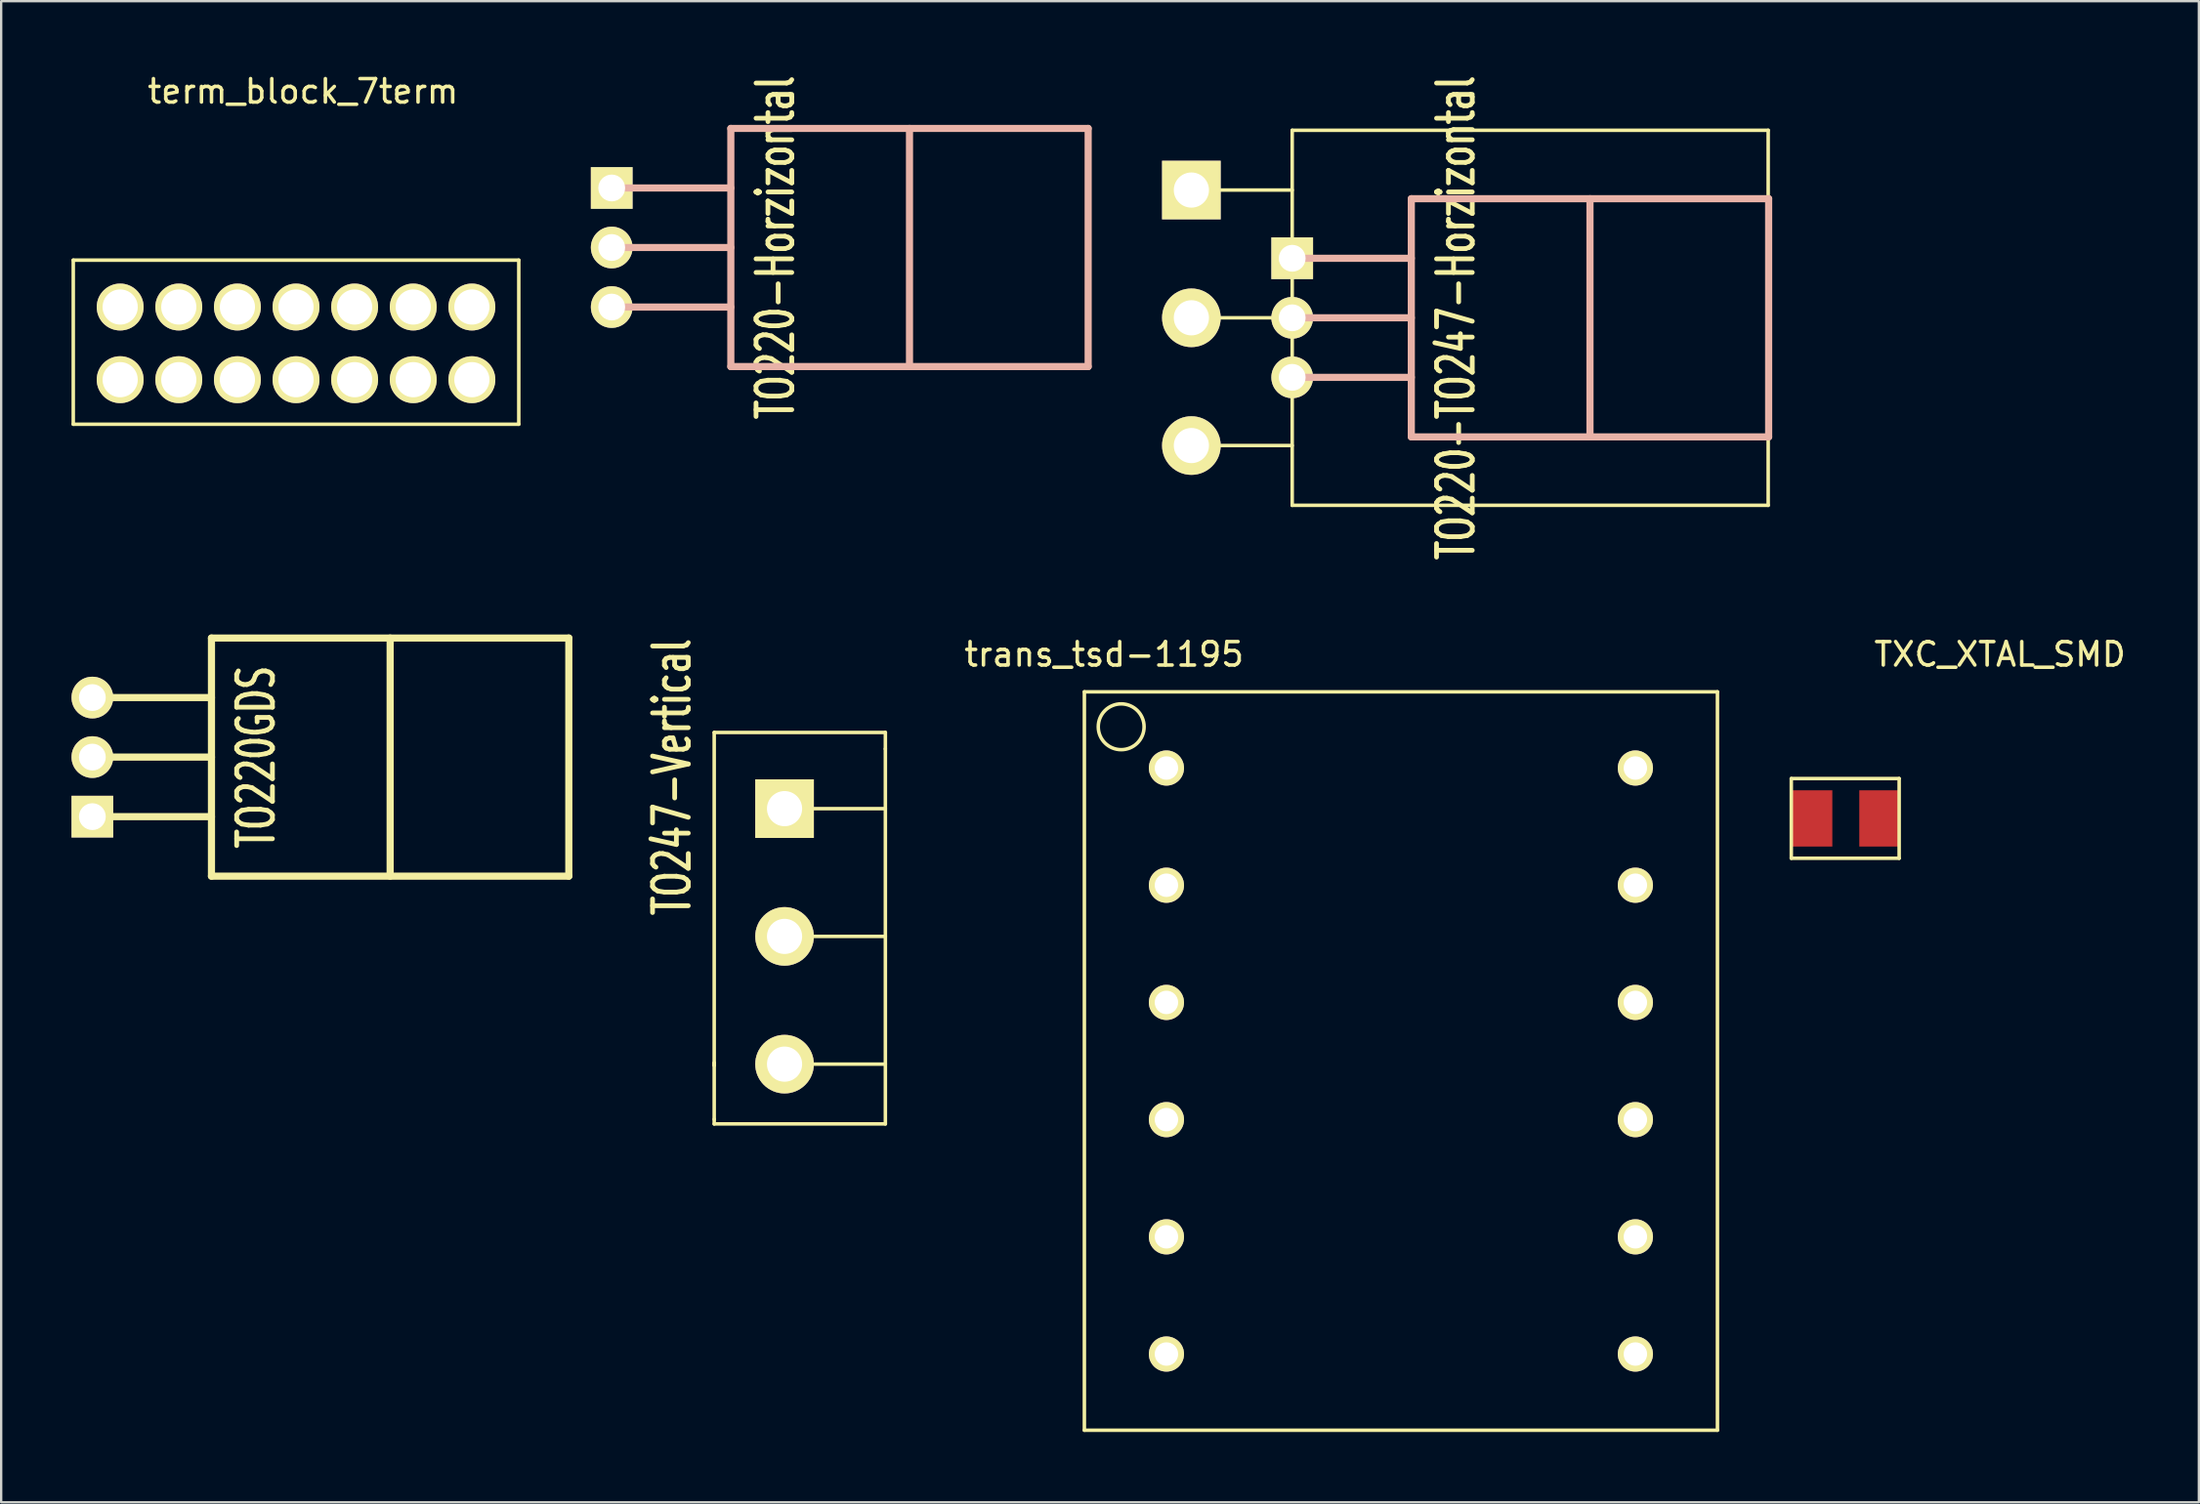
<source format=kicad_pcb>
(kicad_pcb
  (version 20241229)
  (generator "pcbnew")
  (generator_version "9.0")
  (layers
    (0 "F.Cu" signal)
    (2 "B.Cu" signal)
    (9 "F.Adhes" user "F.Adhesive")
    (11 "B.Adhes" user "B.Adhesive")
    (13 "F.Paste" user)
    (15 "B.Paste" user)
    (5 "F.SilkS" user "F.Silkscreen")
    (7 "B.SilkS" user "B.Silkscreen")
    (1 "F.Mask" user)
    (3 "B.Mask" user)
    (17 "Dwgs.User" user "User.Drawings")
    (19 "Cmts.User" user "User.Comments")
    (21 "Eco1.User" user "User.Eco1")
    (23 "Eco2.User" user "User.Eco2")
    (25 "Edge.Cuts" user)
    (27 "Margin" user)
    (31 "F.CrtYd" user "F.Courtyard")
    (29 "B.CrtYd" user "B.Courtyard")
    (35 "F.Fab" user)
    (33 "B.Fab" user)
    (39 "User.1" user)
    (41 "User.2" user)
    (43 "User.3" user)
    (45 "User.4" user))
  (footprint "term_block_7term"
    (layer "F.Cu")
    (at 2.075 10.048)
    (property "Reference" "term_block_7term" (at 7.8 -9.2 0) (layer "F.SilkS") (effects (font (size 1 1) (thickness 0.15))))
    (attr through_hole)
    (fp_line (start -2 -2) (end -2 5) (stroke (width 0.15) (type solid)) (layer "F.SilkS"))
    (fp_line (start -2 5) (end 17 5) (stroke (width 0.15) (type solid)) (layer "F.SilkS"))
    (fp_line (start 17 -2) (end -2 -2) (stroke (width 0.15) (type solid)) (layer "F.SilkS"))
    (fp_line (start 17 5) (end 17 -2) (stroke (width 0.15) (type solid)) (layer "F.SilkS"))
    (pad "1" thru_hole circle (at 0 0) (size 2 2) (drill 1.5) (layers "*.Cu" "*.Mask" "F.SilkS"))
    (pad "1" thru_hole circle (at 0 3.1) (size 2 2) (drill 1.5) (layers "*.Cu" "*.Mask" "F.SilkS"))
    (pad "2" thru_hole circle (at 2.5 0) (size 2 2) (drill 1.5) (layers "*.Cu" "*.Mask" "F.SilkS"))
    (pad "2" thru_hole circle (at 2.5 3.1) (size 2 2) (drill 1.5) (layers "*.Cu" "*.Mask" "F.SilkS"))
    (pad "3" thru_hole circle (at 5 0) (size 2 2) (drill 1.5) (layers "*.Cu" "*.Mask" "F.SilkS"))
    (pad "3" thru_hole circle (at 5 3.1) (size 2 2) (drill 1.5) (layers "*.Cu" "*.Mask" "F.SilkS"))
    (pad "4" thru_hole circle (at 7.5 0) (size 2 2) (drill 1.5) (layers "*.Cu" "*.Mask" "F.SilkS"))
    (pad "4" thru_hole circle (at 7.5 3.1) (size 2 2) (drill 1.5) (layers "*.Cu" "*.Mask" "F.SilkS"))
    (pad "5" thru_hole circle (at 10 0) (size 2 2) (drill 1.5) (layers "*.Cu" "*.Mask" "F.SilkS"))
    (pad "5" thru_hole circle (at 10 3.1) (size 2 2) (drill 1.5) (layers "*.Cu" "*.Mask" "F.SilkS"))
    (pad "6" thru_hole circle (at 12.5 0) (size 2 2) (drill 1.5) (layers "*.Cu" "*.Mask" "F.SilkS"))
    (pad "6" thru_hole circle (at 12.5 3.1) (size 2 2) (drill 1.5) (layers "*.Cu" "*.Mask" "F.SilkS"))
    (pad "7" thru_hole circle (at 15 0) (size 2 2) (drill 1.5) (layers "*.Cu" "*.Mask" "F.SilkS"))
    (pad "7" thru_hole circle (at 15 3.1) (size 2 2) (drill 1.5) (layers "*.Cu" "*.Mask" "F.SilkS")))
  (footprint "TO220-TO247-Horzizontal"
    (layer "F.Cu")
    (at 52.061 10.508)
    (property "Reference" "TO220-TO247-Horzizontal" (at 6.985 0 90) (layer "F.SilkS") (effects (font (size 1.524 1.016) (thickness 0.203))))
    (attr through_hole)
    (fp_line (start -4.3 -5.45) (end 0 -5.45) (stroke (width 0.15) (type solid)) (layer "F.SilkS"))
    (fp_line (start -4.3 0) (end 0 0) (stroke (width 0.15) (type solid)) (layer "F.SilkS"))
    (fp_line (start -4.3 5.45) (end 0 5.45) (stroke (width 0.15) (type solid)) (layer "F.SilkS"))
    (fp_line (start 0 -8) (end 0 8) (stroke (width 0.15) (type solid)) (layer "F.SilkS"))
    (fp_line (start 0 8) (end 20.3 8) (stroke (width 0.15) (type solid)) (layer "F.SilkS"))
    (fp_line (start 20.3 -8) (end 0 -8) (stroke (width 0.15) (type solid)) (layer "F.SilkS"))
    (fp_line (start 20.3 0) (end 20.3 -8) (stroke (width 0.15) (type solid)) (layer "F.SilkS"))
    (fp_line (start 20.3 8) (end 20.3 0) (stroke (width 0.15) (type solid)) (layer "F.SilkS"))
    (fp_line (start 0 -2.54) (end 5.08 -2.54) (stroke (width 0.305) (type solid)) (layer "B.SilkS"))
    (fp_line (start 0 0) (end 5.08 0) (stroke (width 0.305) (type solid)) (layer "B.SilkS"))
    (fp_line (start 0 2.54) (end 5.08 2.54) (stroke (width 0.305) (type solid)) (layer "B.SilkS"))
    (fp_line (start 5.08 -5.08) (end 20.32 -5.08) (stroke (width 0.305) (type solid)) (layer "B.SilkS"))
    (fp_line (start 5.08 5.08) (end 5.08 -5.08) (stroke (width 0.305) (type solid)) (layer "B.SilkS"))
    (fp_line (start 12.7 5.08) (end 12.7 -5.08) (stroke (width 0.305) (type solid)) (layer "B.SilkS"))
    (fp_line (start 20.32 -5.08) (end 20.32 5.08) (stroke (width 0.305) (type solid)) (layer "B.SilkS"))
    (fp_line (start 20.32 5.08) (end 5.08 5.08) (stroke (width 0.305) (type solid)) (layer "B.SilkS"))
    (pad "1" thru_hole rect (at -4.3 -5.45) (size 2.5 2.5) (drill 1.5) (layers "*.Cu" "*.Mask" "F.SilkS"))
    (pad "1" thru_hole rect (at 0 -2.54) (size 1.778 1.778) (drill 1.143) (layers "*.Cu" "*.Mask" "F.SilkS"))
    (pad "2" thru_hole circle (at -4.3 0) (size 2.5 2.5) (drill 1.5) (layers "*.Cu" "*.Mask" "F.SilkS"))
    (pad "2" thru_hole circle (at 0 0) (size 1.778 1.778) (drill 1.143) (layers "*.Cu" "*.Mask" "F.SilkS"))
    (pad "3" thru_hole circle (at -4.3 5.45) (size 2.5 2.5) (drill 1.5) (layers "*.Cu" "*.Mask" "F.SilkS"))
    (pad "3" thru_hole circle (at 0 2.54) (size 1.778 1.778) (drill 1.143) (layers "*.Cu" "*.Mask" "F.SilkS")))
  (footprint "TO220GDS"
    (layer "F.Cu")
    (at 0.889 29.249)
    (property "Reference" "TO220GDS" (at 6.985 0 90) (layer "F.SilkS") (effects (font (size 1.524 1.016) (thickness 0.203))))
    (attr through_hole)
    (fp_line (start 0 -2.54) (end 5.08 -2.54) (stroke (width 0.305) (type solid)) (layer "F.SilkS"))
    (fp_line (start 0 0) (end 5.08 0) (stroke (width 0.305) (type solid)) (layer "F.SilkS"))
    (fp_line (start 0 2.54) (end 5.08 2.54) (stroke (width 0.305) (type solid)) (layer "F.SilkS"))
    (fp_line (start 5.08 -5.08) (end 20.32 -5.08) (stroke (width 0.305) (type solid)) (layer "F.SilkS"))
    (fp_line (start 5.08 5.08) (end 5.08 -5.08) (stroke (width 0.305) (type solid)) (layer "F.SilkS"))
    (fp_line (start 12.7 5.08) (end 12.7 -5.08) (stroke (width 0.305) (type solid)) (layer "F.SilkS"))
    (fp_line (start 20.32 -5.08) (end 20.32 5.08) (stroke (width 0.305) (type solid)) (layer "F.SilkS"))
    (fp_line (start 20.32 5.08) (end 5.08 5.08) (stroke (width 0.305) (type solid)) (layer "F.SilkS"))
    (pad "1" thru_hole circle (at 0 -2.54) (size 1.778 1.778) (drill 1.143) (layers "*.Cu" "*.Mask" "F.SilkS"))
    (pad "2" thru_hole circle (at 0 0) (size 1.778 1.778) (drill 1.143) (layers "*.Cu" "*.Mask" "F.SilkS"))
    (pad "3" thru_hole rect (at 0 2.54) (size 1.778 1.778) (drill 1.143) (layers "*.Cu" "*.Mask" "F.SilkS")))
  (footprint "TO247-Vertical"
    (layer "F.Cu")
    (at 34.71 36.898)
    (property "Reference" "TO247-Vertical" (at -9.1 -6.8 90) (layer "F.SilkS") (effects (font (size 1.524 1.016) (thickness 0.203))))
    (attr through_hole)
    (fp_line (start -7.3 -8.7) (end -7.3 5.5) (stroke (width 0.15) (type solid)) (layer "F.SilkS"))
    (fp_line (start -7.3 5.4) (end -7.3 7.8) (stroke (width 0.15) (type solid)) (layer "F.SilkS"))
    (fp_line (start -7.3 5.5) (end -7.3 5.4) (stroke (width 0.15) (type solid)) (layer "F.SilkS"))
    (fp_line (start -7.3 7.8) (end -7.3 8) (stroke (width 0.15) (type solid)) (layer "F.SilkS"))
    (fp_line (start -7.3 8) (end 0 8) (stroke (width 0.15) (type solid)) (layer "F.SilkS"))
    (fp_line (start -4.3 -5.45) (end 0 -5.45) (stroke (width 0.15) (type solid)) (layer "F.SilkS"))
    (fp_line (start -4.3 0) (end 0 0) (stroke (width 0.15) (type solid)) (layer "F.SilkS"))
    (fp_line (start -4.3 5.45) (end 0 5.45) (stroke (width 0.15) (type solid)) (layer "F.SilkS"))
    (fp_line (start 0 -8.7) (end -7.3 -8.7) (stroke (width 0.15) (type solid)) (layer "F.SilkS"))
    (fp_line (start 0 -8) (end 0 -8.7) (stroke (width 0.15) (type solid)) (layer "F.SilkS"))
    (fp_line (start 0 -8) (end 0 8) (stroke (width 0.15) (type solid)) (layer "F.SilkS"))
    (pad "1" thru_hole rect (at -4.3 -5.45) (size 2.5 2.5) (drill 1.5) (layers "*.Cu" "*.Mask" "F.SilkS"))
    (pad "2" thru_hole circle (at -4.3 0) (size 2.5 2.5) (drill 1.5) (layers "*.Cu" "*.Mask" "F.SilkS"))
    (pad "3" thru_hole circle (at -4.3 5.45) (size 2.5 2.5) (drill 1.5) (layers "*.Cu" "*.Mask" "F.SilkS")))
  (footprint "TXC_XTAL_SMD"
    (layer "F.Cu")
    (at 74.247 31.865)
    (property "Reference" "TXC_XTAL_SMD" (at 8 -7 0) (layer "F.SilkS") (effects (font (size 1 1) (thickness 0.15))))
    (attr through_hole)
    (fp_line (start -0.9 -1.7) (end -0.9 1.7) (stroke (width 0.15) (type solid)) (layer "F.SilkS"))
    (fp_line (start -0.9 1.7) (end 3.7 1.7) (stroke (width 0.15) (type solid)) (layer "F.SilkS"))
    (fp_line (start 3.7 -1.7) (end -0.9 -1.7) (stroke (width 0.15) (type solid)) (layer "F.SilkS"))
    (fp_line (start 3.7 1.7) (end 3.7 -1.7) (stroke (width 0.15) (type solid)) (layer "F.SilkS"))
    (pad "1" smd rect (at 0 0) (size 1.7 2.4) (layers "F.Cu" "F.Mask" "F.Paste"))
    (pad "2" smd rect (at 2.85 0) (size 1.7 2.4) (layers "F.Cu" "F.Mask" "F.Paste")))
  (footprint "TO220-Horzizontal"
    (layer "F.Cu")
    (at 23.039 7.509)
    (property "Reference" "TO220-Horzizontal" (at 6.985 0 90) (layer "F.SilkS") (effects (font (size 1.524 1.016) (thickness 0.203))))
    (attr through_hole)
    (fp_line (start 0 -2.54) (end 5.08 -2.54) (stroke (width 0.305) (type solid)) (layer "B.SilkS"))
    (fp_line (start 0 0) (end 5.08 0) (stroke (width 0.305) (type solid)) (layer "B.SilkS"))
    (fp_line (start 0 2.54) (end 5.08 2.54) (stroke (width 0.305) (type solid)) (layer "B.SilkS"))
    (fp_line (start 5.08 -5.08) (end 20.32 -5.08) (stroke (width 0.305) (type solid)) (layer "B.SilkS"))
    (fp_line (start 5.08 5.08) (end 5.08 -5.08) (stroke (width 0.305) (type solid)) (layer "B.SilkS"))
    (fp_line (start 12.7 5.08) (end 12.7 -5.08) (stroke (width 0.305) (type solid)) (layer "B.SilkS"))
    (fp_line (start 20.32 -5.08) (end 20.32 5.08) (stroke (width 0.305) (type solid)) (layer "B.SilkS"))
    (fp_line (start 20.32 5.08) (end 5.08 5.08) (stroke (width 0.305) (type solid)) (layer "B.SilkS"))
    (pad "1" thru_hole rect (at 0 -2.54) (size 1.778 1.778) (drill 1.143) (layers "*.Cu" "*.Mask" "F.SilkS"))
    (pad "2" thru_hole circle (at 0 0) (size 1.778 1.778) (drill 1.143) (layers "*.Cu" "*.Mask" "F.SilkS"))
    (pad "3" thru_hole circle (at 0 2.54) (size 1.778 1.778) (drill 1.143) (layers "*.Cu" "*.Mask" "F.SilkS")))
  (footprint "trans_tsd-1195"
    (layer "F.Cu")
    (at 56.697 42.215)
    (property "Reference" "trans_tsd-1195" (at -12.66 -17.35 0) (layer "F.SilkS") (effects (font (size 1 1) (thickness 0.15))))
    (attr through_hole)
    (fp_line (start -13.5 -15.75) (end 13.5 -15.75) (stroke (width 0.15) (type solid)) (layer "F.SilkS"))
    (fp_line (start -13.5 15.75) (end -13.5 -15.75) (stroke (width 0.15) (type solid)) (layer "F.SilkS"))
    (fp_line (start 13.5 -15.75) (end 13.5 15.75) (stroke (width 0.15) (type solid)) (layer "F.SilkS"))
    (fp_line (start 13.5 15.75) (end -13.5 15.75) (stroke (width 0.15) (type solid)) (layer "F.SilkS"))
    (fp_circle (center -11.93 -14.26) (end -11.7 -13.31) (stroke (width 0.15) (type solid)) (fill no) (layer "F.SilkS"))
    (pad "1" thru_hole circle (at -10 -12.5) (size 1.5 1.5) (drill 1) (layers "*.Cu" "*.Mask" "F.SilkS"))
    (pad "2" thru_hole circle (at -10 -7.5) (size 1.5 1.5) (drill 1) (layers "*.Cu" "*.Mask" "F.SilkS"))
    (pad "3" thru_hole circle (at -10 -2.5) (size 1.5 1.5) (drill 1) (layers "*.Cu" "*.Mask" "F.SilkS"))
    (pad "4" thru_hole circle (at -10 2.5) (size 1.5 1.5) (drill 1) (layers "*.Cu" "*.Mask" "F.SilkS"))
    (pad "5" thru_hole circle (at -10 7.5) (size 1.5 1.5) (drill 1) (layers "*.Cu" "*.Mask" "F.SilkS"))
    (pad "6" thru_hole circle (at -10 12.5) (size 1.5 1.5) (drill 1) (layers "*.Cu" "*.Mask" "F.SilkS"))
    (pad "7" thru_hole circle (at 10 12.5) (size 1.5 1.5) (drill 1) (layers "*.Cu" "*.Mask" "F.SilkS"))
    (pad "8" thru_hole circle (at 10 7.5) (size 1.5 1.5) (drill 1) (layers "*.Cu" "*.Mask" "F.SilkS"))
    (pad "9" thru_hole circle (at 10 2.5) (size 1.5 1.5) (drill 1) (layers "*.Cu" "*.Mask" "F.SilkS"))
    (pad "10" thru_hole circle (at 10 -2.5) (size 1.5 1.5) (drill 1) (layers "*.Cu" "*.Mask" "F.SilkS"))
    (pad "11" thru_hole circle (at 10 -7.5) (size 1.5 1.5) (drill 1) (layers "*.Cu" "*.Mask" "F.SilkS"))
    (pad "12" thru_hole circle (at 10 -12.5) (size 1.5 1.5) (drill 1) (layers "*.Cu" "*.Mask" "F.SilkS")))
  (gr_rect
    (start -3 -3)
    (end 90.729 61.04)
    (stroke (width 0.1) (type default))
    (fill no)
    (layer "Edge.Cuts")))
</source>
